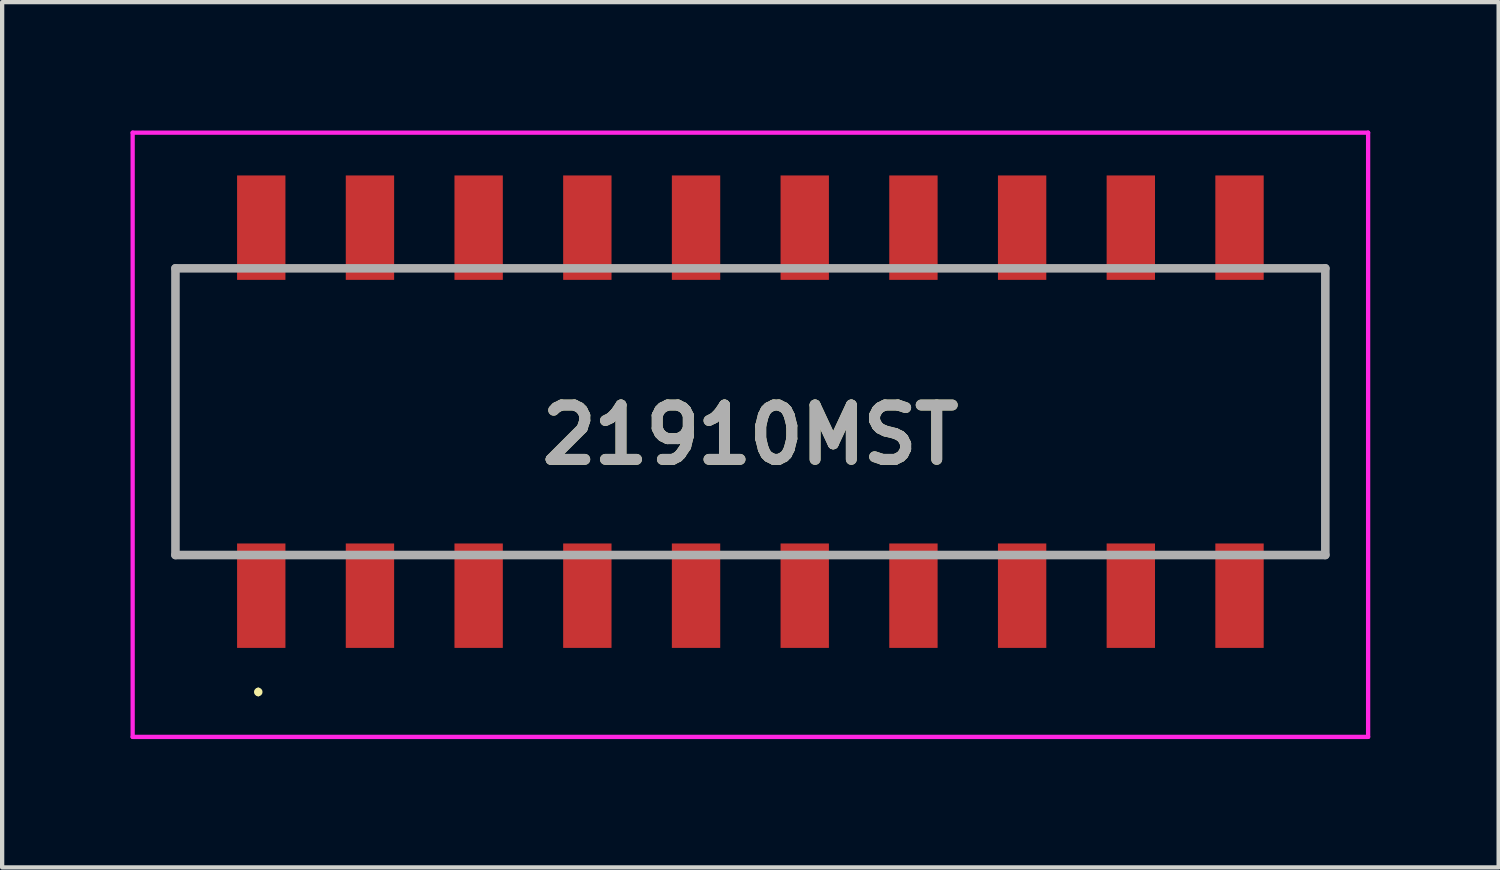
<source format=kicad_pcb>
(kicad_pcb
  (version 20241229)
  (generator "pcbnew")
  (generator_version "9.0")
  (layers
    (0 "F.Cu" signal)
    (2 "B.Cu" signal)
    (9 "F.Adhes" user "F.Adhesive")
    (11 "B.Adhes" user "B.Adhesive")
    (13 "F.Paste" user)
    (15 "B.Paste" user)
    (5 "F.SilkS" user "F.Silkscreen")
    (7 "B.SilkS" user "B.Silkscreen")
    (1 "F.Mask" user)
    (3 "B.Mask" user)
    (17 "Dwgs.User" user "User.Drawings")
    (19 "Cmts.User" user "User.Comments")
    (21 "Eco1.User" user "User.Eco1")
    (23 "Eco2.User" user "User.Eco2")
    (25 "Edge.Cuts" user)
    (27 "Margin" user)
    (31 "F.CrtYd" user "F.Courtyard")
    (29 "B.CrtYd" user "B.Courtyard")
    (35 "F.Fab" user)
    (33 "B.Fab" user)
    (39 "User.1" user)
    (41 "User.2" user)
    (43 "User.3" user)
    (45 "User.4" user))
  (footprint "21910MST"
    (layer "F.Cu")
    (at 14.485 6.57)
    (property "Reference" "21910MST" (at 0 0.54 0) (layer "F.SilkS") (effects (font (size 1.27 1.27) (thickness 0.254))))
    (attr smd)
    (fp_line (start -13.435 3) (end -13.435 -3.35) (stroke (width 0.1) (type solid)) (layer "F.SilkS"))
    (fp_line (start -11.5 6.5) (end -11.5 6.5) (stroke (width 0.1) (type solid)) (layer "F.SilkS"))
    (fp_line (start -11.5 6.6) (end -11.5 6.6) (stroke (width 0.1) (type solid)) (layer "F.SilkS"))
    (fp_line (start 13.435 3) (end 13.435 -3.35) (stroke (width 0.1) (type solid)) (layer "F.SilkS"))
    (fp_arc (start -11.5 6.5) (mid -11.45 6.55) (end -11.5 6.6) (stroke (width 0.1) (type solid)) (layer "F.SilkS"))
    (fp_arc (start -11.5 6.6) (mid -11.55 6.55) (end -11.5 6.5) (stroke (width 0.1) (type solid)) (layer "F.SilkS"))
    (fp_line (start -14.435 -6.52) (end 14.435 -6.52) (stroke (width 0.1) (type solid)) (layer "F.CrtYd"))
    (fp_line (start -14.435 7.6) (end -14.435 -6.52) (stroke (width 0.1) (type solid)) (layer "F.CrtYd"))
    (fp_line (start 14.435 -6.52) (end 14.435 7.6) (stroke (width 0.1) (type solid)) (layer "F.CrtYd"))
    (fp_line (start 14.435 7.6) (end -14.435 7.6) (stroke (width 0.1) (type solid)) (layer "F.CrtYd"))
    (fp_line (start -13.435 -3.35) (end 13.435 -3.35) (stroke (width 0.2) (type solid)) (layer "F.Fab"))
    (fp_line (start -13.435 3.35) (end -13.435 -3.35) (stroke (width 0.2) (type solid)) (layer "F.Fab"))
    (fp_line (start 13.435 -3.35) (end 13.435 3.35) (stroke (width 0.2) (type solid)) (layer "F.Fab"))
    (fp_line (start 13.435 3.35) (end -13.435 3.35) (stroke (width 0.2) (type solid)) (layer "F.Fab"))
    (fp_text user "${REFERENCE}" (at 0 0.54 0) (layer "F.Fab") (effects (font (size 1.27 1.27) (thickness 0.254))))
    (pad "1" smd rect (at -11.43 4.3) (size 1.13 2.44) (layers "F.Cu" "F.Mask" "F.Paste"))
    (pad "2" smd rect (at -8.89 4.3) (size 1.13 2.44) (layers "F.Cu" "F.Mask" "F.Paste"))
    (pad "3" smd rect (at -6.35 4.3) (size 1.13 2.44) (layers "F.Cu" "F.Mask" "F.Paste"))
    (pad "4" smd rect (at -3.81 4.3) (size 1.13 2.44) (layers "F.Cu" "F.Mask" "F.Paste"))
    (pad "5" smd rect (at -1.27 4.3) (size 1.13 2.44) (layers "F.Cu" "F.Mask" "F.Paste"))
    (pad "6" smd rect (at 1.27 4.3) (size 1.13 2.44) (layers "F.Cu" "F.Mask" "F.Paste"))
    (pad "7" smd rect (at 3.81 4.3) (size 1.13 2.44) (layers "F.Cu" "F.Mask" "F.Paste"))
    (pad "8" smd rect (at 6.35 4.3) (size 1.13 2.44) (layers "F.Cu" "F.Mask" "F.Paste"))
    (pad "9" smd rect (at 8.89 4.3) (size 1.13 2.44) (layers "F.Cu" "F.Mask" "F.Paste"))
    (pad "10" smd rect (at 11.43 4.3) (size 1.13 2.44) (layers "F.Cu" "F.Mask" "F.Paste"))
    (pad "11" smd rect (at 11.43 -4.3) (size 1.13 2.44) (layers "F.Cu" "F.Mask" "F.Paste"))
    (pad "12" smd rect (at 8.89 -4.3) (size 1.13 2.44) (layers "F.Cu" "F.Mask" "F.Paste"))
    (pad "13" smd rect (at 6.35 -4.3) (size 1.13 2.44) (layers "F.Cu" "F.Mask" "F.Paste"))
    (pad "14" smd rect (at 3.81 -4.3) (size 1.13 2.44) (layers "F.Cu" "F.Mask" "F.Paste"))
    (pad "15" smd rect (at 1.27 -4.3) (size 1.13 2.44) (layers "F.Cu" "F.Mask" "F.Paste"))
    (pad "16" smd rect (at -1.27 -4.3) (size 1.13 2.44) (layers "F.Cu" "F.Mask" "F.Paste"))
    (pad "17" smd rect (at -3.81 -4.3) (size 1.13 2.44) (layers "F.Cu" "F.Mask" "F.Paste"))
    (pad "18" smd rect (at -6.35 -4.3) (size 1.13 2.44) (layers "F.Cu" "F.Mask" "F.Paste"))
    (pad "19" smd rect (at -8.89 -4.3) (size 1.13 2.44) (layers "F.Cu" "F.Mask" "F.Paste"))
    (pad "20" smd rect (at -11.43 -4.3) (size 1.13 2.44) (layers "F.Cu" "F.Mask" "F.Paste")))
  (gr_rect
    (start -3 -3)
    (end 31.97 17.22)
    (stroke (width 0.1) (type default))
    (fill no)
    (layer "Edge.Cuts")))
</source>
